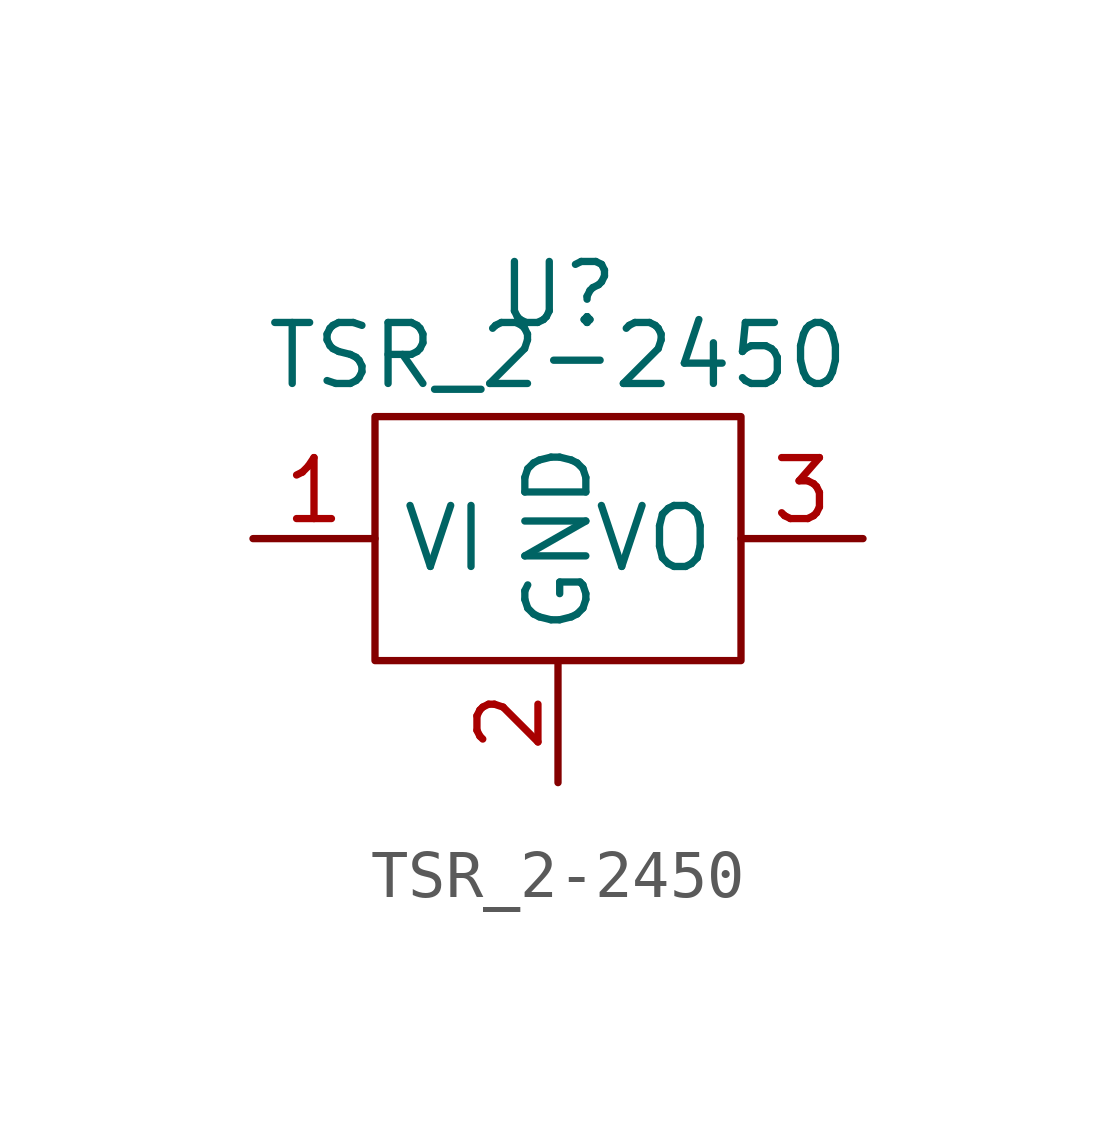
<source format=kicad_sym>
(kicad_symbol_lib
  (version 20220914)
  (generator kicad_symbol_editor)
  (symbol "TSR_2-2450"
    (property "Reference" "U"
      (at 0 5.08 0)
      (effects (font (size 1.27 1.27))))
    (property "Value" "TSR_2-2450"
      (at 0 3.81 0)
      (effects (font (size 1.27 1.27))))
    (symbol "TSR_2-2450_0_1"
      (rectangle (start -3.81 2.54) (end 3.81 -2.54) (stroke (width 0) (type default)) (fill (type none))))
    (symbol "TSR_2-2450_1_1"
      (pin free line (at -6.35 0 0) (length 2.54) (name "VI" (effects (font (size 1.27 1.27)))) (number "1" (effects (font (size 1.27 1.27)))))
      (pin free line (at 0 -5.08 90) (length 2.54) (name "GND" (effects (font (size 1.27 1.27)))) (number "2" (effects (font (size 1.27 1.27)))))
      (pin free line (at 6.35 0 180) (length 2.54) (name "VO" (effects (font (size 1.27 1.27)))) (number "3" (effects (font (size 1.27 1.27))))))))
</source>
